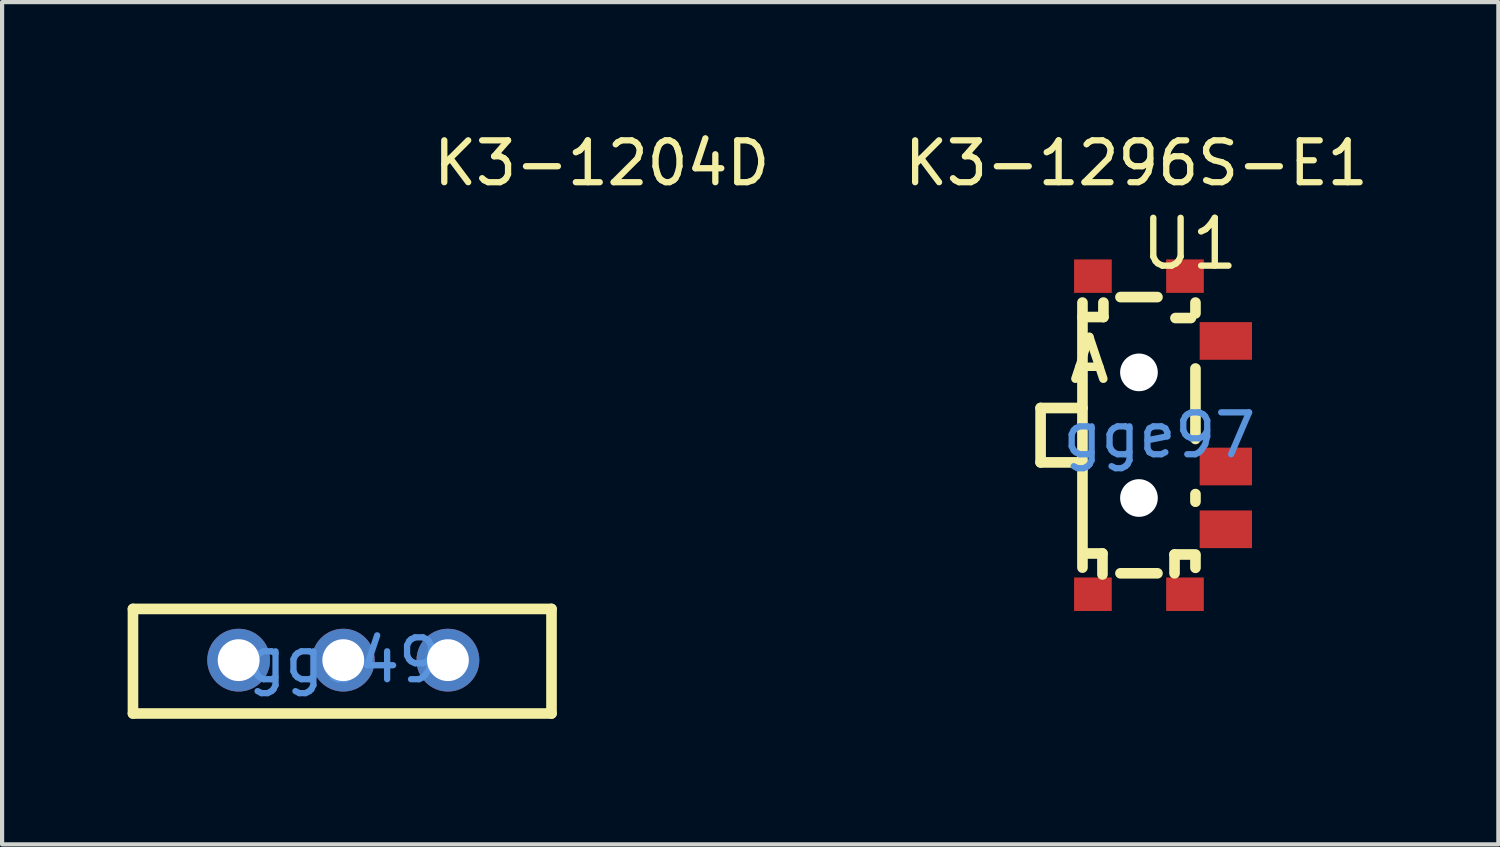
<source format=kicad_pcb>
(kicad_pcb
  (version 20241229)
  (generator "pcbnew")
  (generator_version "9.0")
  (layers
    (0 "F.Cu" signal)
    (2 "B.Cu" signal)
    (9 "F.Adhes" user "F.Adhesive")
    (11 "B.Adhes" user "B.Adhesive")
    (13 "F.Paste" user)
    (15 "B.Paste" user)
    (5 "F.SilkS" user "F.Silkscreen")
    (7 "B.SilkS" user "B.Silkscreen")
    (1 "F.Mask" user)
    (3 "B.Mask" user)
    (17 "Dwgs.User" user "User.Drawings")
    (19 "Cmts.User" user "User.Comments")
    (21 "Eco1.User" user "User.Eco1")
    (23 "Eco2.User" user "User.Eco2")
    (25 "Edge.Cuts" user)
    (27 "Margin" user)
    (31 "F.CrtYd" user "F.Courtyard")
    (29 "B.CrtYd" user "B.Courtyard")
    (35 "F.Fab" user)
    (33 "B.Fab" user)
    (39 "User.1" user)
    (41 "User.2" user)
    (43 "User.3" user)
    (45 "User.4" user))
  (footprint "K3-1204D"
    (layer "F.Cu")
    (at 11.327 0.348)
    (property "Reference" "K3-1204D" (at 0 0.5 0) (layer "F.SilkS") (effects (font (size 1 1) (thickness 0.15))))
    (attr through_hole)
    (fp_line (start -11.2 11.151) (end -1.2 11.151) (stroke (width 0.254) (type solid)) (layer "F.SilkS"))
    (fp_line (start -11.2 13.65) (end -11.2 11.151) (stroke (width 0.254) (type solid)) (layer "F.SilkS"))
    (fp_line (start -1.2 11.151) (end -1.2 13.65) (stroke (width 0.254) (type solid)) (layer "F.SilkS"))
    (fp_line (start -1.2 13.65) (end -11.2 13.65) (stroke (width 0.254) (type solid)) (layer "F.SilkS"))
    (fp_text user "gge49" (at -6.175 12.375 0) (layer "Cmts.User") (effects (font (size 1 1) (thickness 0.15))))
    (pad "1" thru_hole circle (at -8.675 12.375) (size 1.5 1.5) (drill 1) (layers "*.Cu" "*.Paste" "*.Mask"))
    (pad "2" thru_hole circle (at -6.175 12.375) (size 1.5 1.5) (drill 1) (layers "*.Cu" "*.Paste" "*.Mask"))
    (pad "3" thru_hole circle (at -3.675 12.375) (size 1.5 1.5) (drill 1) (layers "*.Cu" "*.Paste" "*.Mask")))
  (footprint "K3-1296S-E1"
    (layer "F.Cu")
    (at 24.101 0.348)
    (property "Reference" "K3-1296S-E1" (at 0 0.5 0) (layer "F.SilkS") (effects (font (size 1 1) (thickness 0.15))))
    (attr through_hole)
    (fp_line (start -2.288 7.65) (end -2.288 6.35) (stroke (width 0.254) (type solid)) (layer "F.SilkS"))
    (fp_line (start -1.288 7.65) (end -2.288 7.65) (stroke (width 0.254) (type solid)) (layer "F.SilkS"))
    (fp_line (start -1.288 10.164) (end -1.288 3.831) (stroke (width 0.254) (type solid)) (layer "F.SilkS"))
    (fp_line (start -1.287 6.35) (end -2.287 6.35) (stroke (width 0.254) (type solid)) (layer "F.SilkS"))
    (fp_line (start -0.81 9.826) (end -1.26 9.826) (stroke (width 0.254) (type solid)) (layer "F.SilkS"))
    (fp_line (start -0.81 10.327) (end -0.81 9.826) (stroke (width 0.254) (type solid)) (layer "F.SilkS"))
    (fp_line (start -0.787 4.177) (end -1.288 4.177) (stroke (width 0.254) (type solid)) (layer "F.SilkS"))
    (fp_line (start -0.787 4.177) (end -0.787 3.831) (stroke (width 0.254) (type solid)) (layer "F.SilkS"))
    (fp_line (start -0.38 3.7) (end 0.504 3.7) (stroke (width 0.254) (type solid)) (layer "F.SilkS"))
    (fp_line (start -0.38 10.3) (end 0.504 10.3) (stroke (width 0.254) (type solid)) (layer "F.SilkS"))
    (fp_line (start 0.912 9.85) (end 0.912 10.3) (stroke (width 0.254) (type solid)) (layer "F.SilkS"))
    (fp_line (start 0.934 4.201) (end 1.303 4.201) (stroke (width 0.254) (type solid)) (layer "F.SilkS"))
    (fp_line (start 1.412 4.09) (end 1.412 3.831) (stroke (width 0.254) (type solid)) (layer "F.SilkS"))
    (fp_line (start 1.412 7.09) (end 1.412 5.407) (stroke (width 0.254) (type solid)) (layer "F.SilkS"))
    (fp_line (start 1.412 8.59) (end 1.412 8.407) (stroke (width 0.254) (type solid)) (layer "F.SilkS"))
    (fp_line (start 1.412 9.85) (end 0.912 9.85) (stroke (width 0.254) (type solid)) (layer "F.SilkS"))
    (fp_line (start 1.412 10.169) (end 1.412 9.906) (stroke (width 0.254) (type solid)) (layer "F.SilkS"))
    (fp_text user "A" (at -1.685 5.199 180) (layer "F.SilkS") (effects (font (size 1 1) (thickness 0.203)) (justify left)))
    (fp_text user "U1" (at 0.032 2.428 0) (layer "F.SilkS") (effects (font (size 1.143 1.143) (thickness 0.152)) (justify left)))
    (fp_text user "gge97" (at 0.55 7 0) (layer "Cmts.User") (effects (font (size 1 1) (thickness 0.15))))
    (pad "" np_thru_hole circle (at 0.062 5.499) (size 0.9 0.9) (drill 0.9) (layers "*.Cu" "*.Mask"))
    (pad "" np_thru_hole circle (at 0.062 8.501) (size 0.9 0.9) (drill 0.9) (layers "*.Cu" "*.Mask"))
    (pad "1" smd rect (at 2.138 9.248 180) (size 1.25 0.9) (layers "F.Cu" "F.Mask" "F.Paste"))
    (pad "2" smd rect (at 2.138 7.748 180) (size 1.25 0.9) (layers "F.Cu" "F.Mask" "F.Paste"))
    (pad "3" smd rect (at 2.138 4.748 180) (size 1.25 0.9) (layers "F.Cu" "F.Mask" "F.Paste"))
    (pad "4" smd rect (at 1.162 3.2 270) (size 0.8 0.9) (layers "F.Cu" "F.Mask" "F.Paste"))
    (pad "5" smd rect (at -1.038 3.2 270) (size 0.8 0.9) (layers "F.Cu" "F.Mask" "F.Paste"))
    (pad "6" smd rect (at -1.038 10.8 270) (size 0.8 0.9) (layers "F.Cu" "F.Mask" "F.Paste"))
    (pad "7" smd rect (at 1.162 10.8 270) (size 0.8 0.9) (layers "F.Cu" "F.Mask" "F.Paste")))
  (gr_rect
    (start -3 -3)
    (end 32.75 17.125)
    (stroke (width 0.1) (type default))
    (fill no)
    (layer "Edge.Cuts")))
</source>
